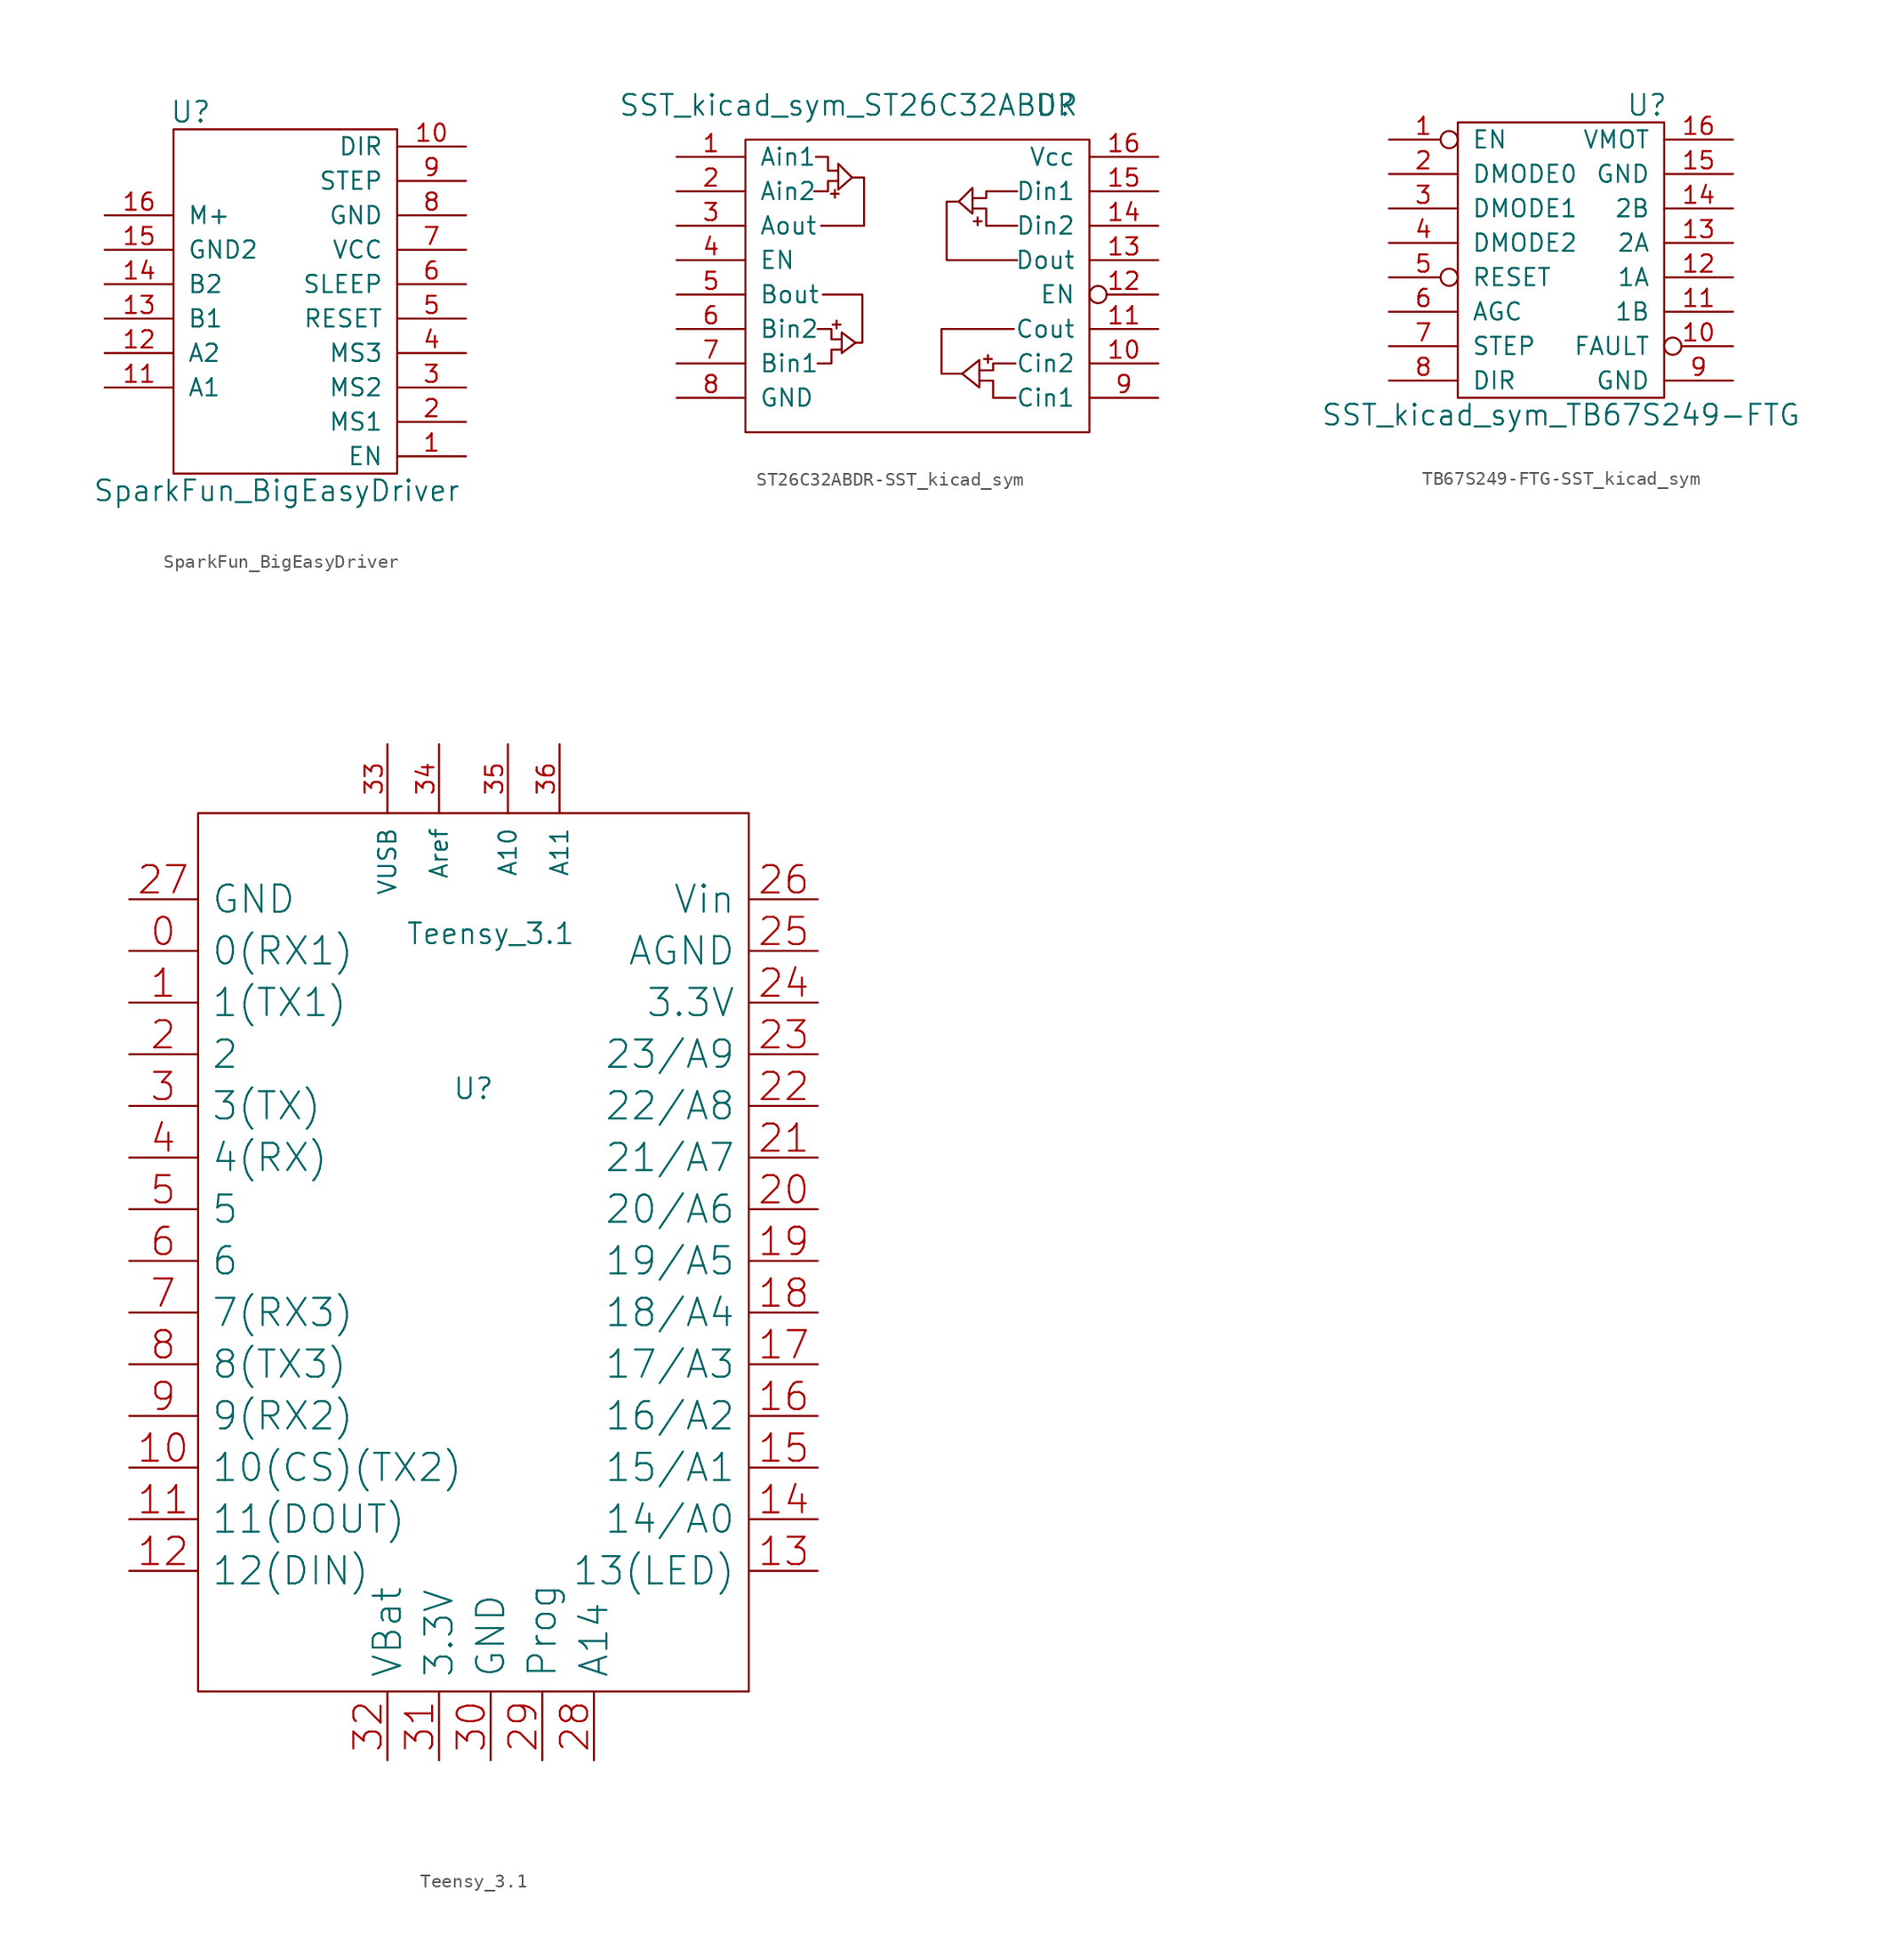
<source format=kicad_sym>
(kicad_symbol_lib
  (version 20220914)
  (generator kicad_symbol_editor)
  (symbol "SparkFun_BigEasyDriver"
    (pin_names
      (offset 1.016))
    (property "Reference" "U"
      (at -6.35 13.97 0)
      (effects (font (size 1.524 1.524))))
    (property "Value" "SparkFun_BigEasyDriver"
      (at 0 -13.97 0)
      (effects (font (size 1.524 1.524))))
    (symbol "SparkFun_BigEasyDriver_0_1"
      (rectangle (start 8.89 -12.7) (end -7.62 12.7) (stroke (width 0) (type solid)) (fill (type none))))
    (symbol "SparkFun_BigEasyDriver_1_1"
      (pin input line (at 13.97 -11.43 180) (length 5.08) (name "EN" (effects (font (size 1.27 1.27)))) (number "1" (effects (font (size 1.27 1.27)))))
      (pin input line (at 13.97 11.43 180) (length 5.08) (name "DIR" (effects (font (size 1.27 1.27)))) (number "10" (effects (font (size 1.27 1.27)))))
      (pin output line (at -12.7 -6.35 0) (length 5.08) (name "A1" (effects (font (size 1.27 1.27)))) (number "11" (effects (font (size 1.27 1.27)))))
      (pin output line (at -12.7 -3.81 0) (length 5.08) (name "A2" (effects (font (size 1.27 1.27)))) (number "12" (effects (font (size 1.27 1.27)))))
      (pin output line (at -12.7 -1.27 0) (length 5.08) (name "B1" (effects (font (size 1.27 1.27)))) (number "13" (effects (font (size 1.27 1.27)))))
      (pin output line (at -12.7 1.27 0) (length 5.08) (name "B2" (effects (font (size 1.27 1.27)))) (number "14" (effects (font (size 1.27 1.27)))))
      (pin power_in line (at -12.7 3.81 0) (length 5.08) (name "GND2" (effects (font (size 1.27 1.27)))) (number "15" (effects (font (size 1.27 1.27)))))
      (pin power_in line (at -12.7 6.35 0) (length 5.08) (name "M+" (effects (font (size 1.27 1.27)))) (number "16" (effects (font (size 1.27 1.27)))))
      (pin input line (at 13.97 -8.89 180) (length 5.08) (name "MS1" (effects (font (size 1.27 1.27)))) (number "2" (effects (font (size 1.27 1.27)))))
      (pin input line (at 13.97 -6.35 180) (length 5.08) (name "MS2" (effects (font (size 1.27 1.27)))) (number "3" (effects (font (size 1.27 1.27)))))
      (pin input line (at 13.97 -3.81 180) (length 5.08) (name "MS3" (effects (font (size 1.27 1.27)))) (number "4" (effects (font (size 1.27 1.27)))))
      (pin input line (at 13.97 -1.27 180) (length 5.08) (name "RESET" (effects (font (size 1.27 1.27)))) (number "5" (effects (font (size 1.27 1.27)))))
      (pin input line (at 13.97 1.27 180) (length 5.08) (name "SLEEP" (effects (font (size 1.27 1.27)))) (number "6" (effects (font (size 1.27 1.27)))))
      (pin power_in line (at 13.97 3.81 180) (length 5.08) (name "VCC" (effects (font (size 1.27 1.27)))) (number "7" (effects (font (size 1.27 1.27)))))
      (pin power_in line (at 13.97 6.35 180) (length 5.08) (name "GND" (effects (font (size 1.27 1.27)))) (number "8" (effects (font (size 1.27 1.27)))))
      (pin input line (at 13.97 8.89 180) (length 5.08) (name "STEP" (effects (font (size 1.27 1.27)))) (number "9" (effects (font (size 1.27 1.27)))))))
  (symbol "ST26C32ABDR-SST_kicad_sym"
    (pin_names
      (offset 1.016))
    (property "Reference" "U"
      (at 10.16 12.7 0)
      (effects (font (size 1.524 1.524))))
    (property "Value" "SST_kicad_sym_ST26C32ABDR"
      (at -5.08 12.7 0)
      (effects (font (size 1.524 1.524))))
    (symbol "ST26C32ABDR-SST_kicad_sym_0_0"
      (rectangle (start -12.7 10.16) (end 12.7 -11.43) (stroke (width 0) (type solid)) (fill (type none)))
      (polyline (pts (xy -7.366 -6.35) (xy -6.35 -6.35) (xy -6.35 -5.334) (xy -5.588 -5.334)) (stroke (width 0) (type solid)) (fill (type none)))
      (polyline (pts (xy -7.366 -3.81) (xy -6.35 -3.81) (xy -6.35 -4.572) (xy -5.588 -4.572)) (stroke (width 0) (type solid)) (fill (type none)))
      (polyline (pts (xy -4.572 -4.826) (xy -5.588 -4.064) (xy -5.588 -5.588) (xy -4.572 -4.826)) (stroke (width 0) (type solid)) (fill (type none)))
      (polyline (pts (xy -4.572 -4.826) (xy -4.064 -4.826) (xy -4.064 -1.27) (xy -6.985 -1.27)) (stroke (width 0) (type solid)) (fill (type none)))
      (polyline (pts (xy 3.048 5.588) (xy 4.064 6.604) (xy 4.064 4.699) (xy 3.048 5.588)) (stroke (width 0) (type solid)) (fill (type none)))
      (polyline (pts (xy 3.302 -7.112) (xy 4.572 -6.096) (xy 4.572 -8.128) (xy 3.302 -7.112)) (stroke (width 0) (type solid)) (fill (type none)))
      (polyline (pts (xy 4.064 5.08) (xy 5.08 5.08) (xy 5.08 3.81) (xy 7.366 3.81)) (stroke (width 0) (type solid)) (fill (type none)))
      (polyline (pts (xy 4.572 -7.62) (xy 5.588 -7.62) (xy 5.588 -8.89) (xy 7.239 -8.89)) (stroke (width 0) (type solid)) (fill (type none)))
      (polyline (pts (xy 7.112 -3.81) (xy 1.778 -3.81) (xy 1.778 -7.112) (xy 3.302 -7.112)) (stroke (width 0) (type solid)) (fill (type none)))
      (polyline (pts (xy 7.239 -6.35) (xy 5.588 -6.35) (xy 5.588 -6.858) (xy 4.572 -6.858)) (stroke (width 0) (type solid)) (fill (type none)))
      (polyline (pts (xy 7.366 1.27) (xy 2.159 1.27) (xy 2.159 5.588) (xy 3.048 5.588)) (stroke (width 0) (type solid)) (fill (type none)))
      (polyline (pts (xy 7.366 6.35) (xy 5.08 6.35) (xy 5.08 5.842) (xy 4.064 5.842)) (stroke (width 0) (type solid)) (fill (type none)))
      (text "+" (at -6.096 6.223 0) (effects (font (size 0.762 0.762))))
      (text "+" (at -5.969 -3.429 0) (effects (font (size 0.762 0.762))))
      (text "+" (at 4.445 4.191 0) (effects (font (size 0.762 0.762))))
      (text "+" (at 5.207 -5.969 0) (effects (font (size 0.762 0.762)))))
    (symbol "ST26C32ABDR-SST_kicad_sym_0_1"
      (polyline (pts (xy -7.62 6.35) (xy -6.604 6.35) (xy -6.604 7.112) (xy -5.842 7.112)) (stroke (width 0) (type solid)) (fill (type none)))
      (polyline (pts (xy -5.842 7.874) (xy -6.604 7.874) (xy -6.604 8.89) (xy -7.493 8.89)) (stroke (width 0) (type solid)) (fill (type none)))
      (polyline (pts (xy -4.826 7.366) (xy -5.842 8.382) (xy -5.842 6.477) (xy -4.826 7.366)) (stroke (width 0) (type solid)) (fill (type none)))
      (polyline (pts (xy -4.826 7.366) (xy -3.937 7.366) (xy -3.937 3.81) (xy -7.112 3.81)) (stroke (width 0) (type solid)) (fill (type none))))
    (symbol "ST26C32ABDR-SST_kicad_sym_1_1"
      (pin input line (at -17.78 8.89 0) (length 5.08) (name "Ain1" (effects (font (size 1.27 1.27)))) (number "1" (effects (font (size 1.27 1.27)))))
      (pin input line (at 17.78 -6.35 180) (length 5.08) (name "Cin2" (effects (font (size 1.27 1.27)))) (number "10" (effects (font (size 1.27 1.27)))))
      (pin output line (at 17.78 -3.81 180) (length 5.08) (name "Cout" (effects (font (size 1.27 1.27)))) (number "11" (effects (font (size 1.27 1.27)))))
      (pin input inverted (at 17.78 -1.27 180) (length 5.08) (name "EN" (effects (font (size 1.27 1.27)))) (number "12" (effects (font (size 1.27 1.27)))))
      (pin output line (at 17.78 1.27 180) (length 5.08) (name "Dout" (effects (font (size 1.27 1.27)))) (number "13" (effects (font (size 1.27 1.27)))))
      (pin input line (at 17.78 3.81 180) (length 5.08) (name "Din2" (effects (font (size 1.27 1.27)))) (number "14" (effects (font (size 1.27 1.27)))))
      (pin input line (at 17.78 6.35 180) (length 5.08) (name "Din1" (effects (font (size 1.27 1.27)))) (number "15" (effects (font (size 1.27 1.27)))))
      (pin power_in line (at 17.78 8.89 180) (length 5.08) (name "Vcc" (effects (font (size 1.27 1.27)))) (number "16" (effects (font (size 1.27 1.27)))))
      (pin input line (at -17.78 6.35 0) (length 5.08) (name "Ain2" (effects (font (size 1.27 1.27)))) (number "2" (effects (font (size 1.27 1.27)))))
      (pin output line (at -17.78 3.81 0) (length 5.08) (name "Aout" (effects (font (size 1.27 1.27)))) (number "3" (effects (font (size 1.27 1.27)))))
      (pin input line (at -17.78 1.27 0) (length 5.08) (name "EN" (effects (font (size 1.27 1.27)))) (number "4" (effects (font (size 1.27 1.27)))))
      (pin output line (at -17.78 -1.27 0) (length 5.08) (name "Bout" (effects (font (size 1.27 1.27)))) (number "5" (effects (font (size 1.27 1.27)))))
      (pin input line (at -17.78 -3.81 0) (length 5.08) (name "Bin2" (effects (font (size 1.27 1.27)))) (number "6" (effects (font (size 1.27 1.27)))))
      (pin input line (at -17.78 -6.35 0) (length 5.08) (name "Bin1" (effects (font (size 1.27 1.27)))) (number "7" (effects (font (size 1.27 1.27)))))
      (pin power_out line (at -17.78 -8.89 0) (length 5.08) (name "GND" (effects (font (size 1.27 1.27)))) (number "8" (effects (font (size 1.27 1.27)))))
      (pin input line (at 17.78 -8.89 180) (length 5.08) (name "Cin1" (effects (font (size 1.27 1.27)))) (number "9" (effects (font (size 1.27 1.27)))))))
  (symbol "TB67S249-FTG-SST_kicad_sym"
    (pin_names
      (offset 1.016))
    (property "Reference" "U"
      (at 6.35 11.43 0)
      (effects (font (size 1.524 1.524))))
    (property "Value" "SST_kicad_sym_TB67S249-FTG"
      (at 0 -11.43 0)
      (effects (font (size 1.524 1.524))))
    (symbol "TB67S249-FTG-SST_kicad_sym_0_1"
      (rectangle (start -7.62 10.16) (end 7.62 -10.16) (stroke (width 0) (type solid)) (fill (type none))))
    (symbol "TB67S249-FTG-SST_kicad_sym_1_1"
      (pin input inverted (at -12.7 8.89 0) (length 5.08) (name "EN" (effects (font (size 1.27 1.27)))) (number "1" (effects (font (size 1.27 1.27)))))
      (pin output inverted (at 12.7 -6.35 180) (length 5.08) (name "FAULT" (effects (font (size 1.27 1.27)))) (number "10" (effects (font (size 1.27 1.27)))))
      (pin output line (at 12.7 -3.81 180) (length 5.08) (name "1B" (effects (font (size 1.27 1.27)))) (number "11" (effects (font (size 1.27 1.27)))))
      (pin output line (at 12.7 -1.27 180) (length 5.08) (name "1A" (effects (font (size 1.27 1.27)))) (number "12" (effects (font (size 1.27 1.27)))))
      (pin output line (at 12.7 1.27 180) (length 5.08) (name "2A" (effects (font (size 1.27 1.27)))) (number "13" (effects (font (size 1.27 1.27)))))
      (pin output line (at 12.7 3.81 180) (length 5.08) (name "2B" (effects (font (size 1.27 1.27)))) (number "14" (effects (font (size 1.27 1.27)))))
      (pin power_out line (at 12.7 6.35 180) (length 5.08) (name "GND" (effects (font (size 1.27 1.27)))) (number "15" (effects (font (size 1.27 1.27)))))
      (pin power_in line (at 12.7 8.89 180) (length 5.08) (name "VMOT" (effects (font (size 1.27 1.27)))) (number "16" (effects (font (size 1.27 1.27)))))
      (pin input line (at -12.7 6.35 0) (length 5.08) (name "DMODE0" (effects (font (size 1.27 1.27)))) (number "2" (effects (font (size 1.27 1.27)))))
      (pin input line (at -12.7 3.81 0) (length 5.08) (name "DMODE1" (effects (font (size 1.27 1.27)))) (number "3" (effects (font (size 1.27 1.27)))))
      (pin input line (at -12.7 1.27 0) (length 5.08) (name "DMODE2" (effects (font (size 1.27 1.27)))) (number "4" (effects (font (size 1.27 1.27)))))
      (pin input inverted (at -12.7 -1.27 0) (length 5.08) (name "RESET" (effects (font (size 1.27 1.27)))) (number "5" (effects (font (size 1.27 1.27)))))
      (pin input line (at -12.7 -3.81 0) (length 5.08) (name "AGC" (effects (font (size 1.27 1.27)))) (number "6" (effects (font (size 1.27 1.27)))))
      (pin input line (at -12.7 -6.35 0) (length 5.08) (name "STEP" (effects (font (size 1.27 1.27)))) (number "7" (effects (font (size 1.27 1.27)))))
      (pin input line (at -12.7 -8.89 0) (length 5.08) (name "DIR" (effects (font (size 1.27 1.27)))) (number "8" (effects (font (size 1.27 1.27)))))
      (pin power_out line (at 12.7 -8.89 180) (length 5.08) (name "GND" (effects (font (size 1.27 1.27)))) (number "9" (effects (font (size 1.27 1.27)))))))
  (symbol "Teensy_3.1"
    (pin_names
      (offset 1.016))
    (property "Reference" "U"
      (at 0 19.05 0)
      (effects (font (size 1.524 1.524))))
    (property "Value" "Teensy_3.1"
      (at 1.27 30.48 0)
      (effects (font (size 1.524 1.524))))
    (property "Footprint" ""
      (at 2.54 0 0)
      (effects (font (size 1.524 1.524))))
    (property "Datasheet" ""
      (at 2.54 0 0)
      (effects (font (size 1.524 1.524))))
    (symbol "Teensy_3.1_0_1"
      (rectangle (start 20.32 -25.4) (end -20.32 39.37) (stroke (width 0) (type solid)) (fill (type none))))
    (symbol "Teensy_3.1_1_1"
      (pin bidirectional line (at -25.4 29.21 0) (length 5.004) (name "0(RX1)" (effects (font (size 2.007 2.007)))) (number "0" (effects (font (size 2.007 2.007)))))
      (pin bidirectional line (at -25.4 25.4 0) (length 5.004) (name "1(TX1)" (effects (font (size 2.007 2.007)))) (number "1" (effects (font (size 2.007 2.007)))))
      (pin bidirectional line (at -25.4 -8.89 0) (length 5.004) (name "10(CS)(TX2)" (effects (font (size 2.007 2.007)))) (number "10" (effects (font (size 2.007 2.007)))))
      (pin bidirectional line (at -25.4 -12.7 0) (length 5.004) (name "11(DOUT)" (effects (font (size 2.007 2.007)))) (number "11" (effects (font (size 2.007 2.007)))))
      (pin bidirectional line (at -25.4 -16.51 0) (length 5.004) (name "12(DIN)" (effects (font (size 2.007 2.007)))) (number "12" (effects (font (size 2.007 2.007)))))
      (pin bidirectional line (at 25.4 -16.51 180) (length 5.004) (name "13(LED)" (effects (font (size 2.007 2.007)))) (number "13" (effects (font (size 2.007 2.007)))))
      (pin bidirectional line (at 25.4 -12.7 180) (length 5.004) (name "14/A0" (effects (font (size 2.007 2.007)))) (number "14" (effects (font (size 2.007 2.007)))))
      (pin bidirectional line (at 25.4 -8.89 180) (length 5.004) (name "15/A1" (effects (font (size 2.007 2.007)))) (number "15" (effects (font (size 2.007 2.007)))))
      (pin bidirectional line (at 25.4 -5.08 180) (length 5.004) (name "16/A2" (effects (font (size 2.007 2.007)))) (number "16" (effects (font (size 2.007 2.007)))))
      (pin bidirectional line (at 25.4 -1.27 180) (length 5.004) (name "17/A3" (effects (font (size 2.007 2.007)))) (number "17" (effects (font (size 2.007 2.007)))))
      (pin bidirectional line (at 25.4 2.54 180) (length 5.004) (name "18/A4" (effects (font (size 2.007 2.007)))) (number "18" (effects (font (size 2.007 2.007)))))
      (pin bidirectional line (at 25.4 6.35 180) (length 5.004) (name "19/A5" (effects (font (size 2.007 2.007)))) (number "19" (effects (font (size 2.007 2.007)))))
      (pin bidirectional line (at -25.4 21.59 0) (length 5.004) (name "2" (effects (font (size 2.007 2.007)))) (number "2" (effects (font (size 2.007 2.007)))))
      (pin bidirectional line (at 25.4 10.16 180) (length 5.004) (name "20/A6" (effects (font (size 2.007 2.007)))) (number "20" (effects (font (size 2.007 2.007)))))
      (pin bidirectional line (at 25.4 13.97 180) (length 5.004) (name "21/A7" (effects (font (size 2.007 2.007)))) (number "21" (effects (font (size 2.007 2.007)))))
      (pin bidirectional line (at 25.4 17.78 180) (length 5.004) (name "22/A8" (effects (font (size 2.007 2.007)))) (number "22" (effects (font (size 2.007 2.007)))))
      (pin bidirectional line (at 25.4 21.59 180) (length 5.004) (name "23/A9" (effects (font (size 2.007 2.007)))) (number "23" (effects (font (size 2.007 2.007)))))
      (pin power_out line (at 25.4 25.4 180) (length 5.004) (name "3.3V" (effects (font (size 2.007 2.007)))) (number "24" (effects (font (size 2.007 2.007)))))
      (pin power_in line (at 25.4 29.21 180) (length 5.004) (name "AGND" (effects (font (size 2.007 2.007)))) (number "25" (effects (font (size 2.007 2.007)))))
      (pin power_in line (at 25.4 33.02 180) (length 5.004) (name "Vin" (effects (font (size 2.007 2.007)))) (number "26" (effects (font (size 2.007 2.007)))))
      (pin power_in line (at -25.4 33.02 0) (length 5.004) (name "GND" (effects (font (size 2.007 2.007)))) (number "27" (effects (font (size 2.007 2.007)))))
      (pin bidirectional line (at 8.89 -30.48 90) (length 5.004) (name "A14" (effects (font (size 2.007 2.007)))) (number "28" (effects (font (size 2.007 2.007)))))
      (pin bidirectional line (at 5.08 -30.48 90) (length 5.004) (name "Prog" (effects (font (size 2.007 2.007)))) (number "29" (effects (font (size 2.007 2.007)))))
      (pin bidirectional line (at -25.4 17.78 0) (length 5.004) (name "3(TX)" (effects (font (size 2.007 2.007)))) (number "3" (effects (font (size 2.007 2.007)))))
      (pin power_in line (at 1.27 -30.48 90) (length 5.004) (name "GND" (effects (font (size 2.007 2.007)))) (number "30" (effects (font (size 2.007 2.007)))))
      (pin power_in line (at -2.54 -30.48 90) (length 5.004) (name "3.3V" (effects (font (size 2.007 2.007)))) (number "31" (effects (font (size 2.007 2.007)))))
      (pin power_in line (at -6.35 -30.48 90) (length 5.004) (name "VBat" (effects (font (size 2.007 2.007)))) (number "32" (effects (font (size 2.007 2.007)))))
      (pin power_in line (at -6.35 44.45 270) (length 5.08) (name "VUSB" (effects (font (size 1.27 1.27)))) (number "33" (effects (font (size 1.27 1.27)))))
      (pin power_in line (at -2.54 44.45 270) (length 5.08) (name "Aref" (effects (font (size 1.27 1.27)))) (number "34" (effects (font (size 1.27 1.27)))))
      (pin input line (at 2.54 44.45 270) (length 5.08) (name "A10" (effects (font (size 1.27 1.27)))) (number "35" (effects (font (size 1.27 1.27)))))
      (pin input line (at 6.35 44.45 270) (length 5.08) (name "A11" (effects (font (size 1.27 1.27)))) (number "36" (effects (font (size 1.27 1.27)))))
      (pin bidirectional line (at -25.4 13.97 0) (length 5.004) (name "4(RX)" (effects (font (size 2.007 2.007)))) (number "4" (effects (font (size 2.007 2.007)))))
      (pin bidirectional line (at -25.4 10.16 0) (length 5.004) (name "5" (effects (font (size 2.007 2.007)))) (number "5" (effects (font (size 2.007 2.007)))))
      (pin bidirectional line (at -25.4 6.35 0) (length 5.004) (name "6" (effects (font (size 2.007 2.007)))) (number "6" (effects (font (size 2.007 2.007)))))
      (pin bidirectional line (at -25.4 2.54 0) (length 5.004) (name "7(RX3)" (effects (font (size 2.007 2.007)))) (number "7" (effects (font (size 2.007 2.007)))))
      (pin bidirectional line (at -25.4 -1.27 0) (length 5.004) (name "8(TX3)" (effects (font (size 2.007 2.007)))) (number "8" (effects (font (size 2.007 2.007)))))
      (pin bidirectional line (at -25.4 -5.08 0) (length 5.004) (name "9(RX2)" (effects (font (size 2.007 2.007)))) (number "9" (effects (font (size 2.007 2.007))))))))
</source>
